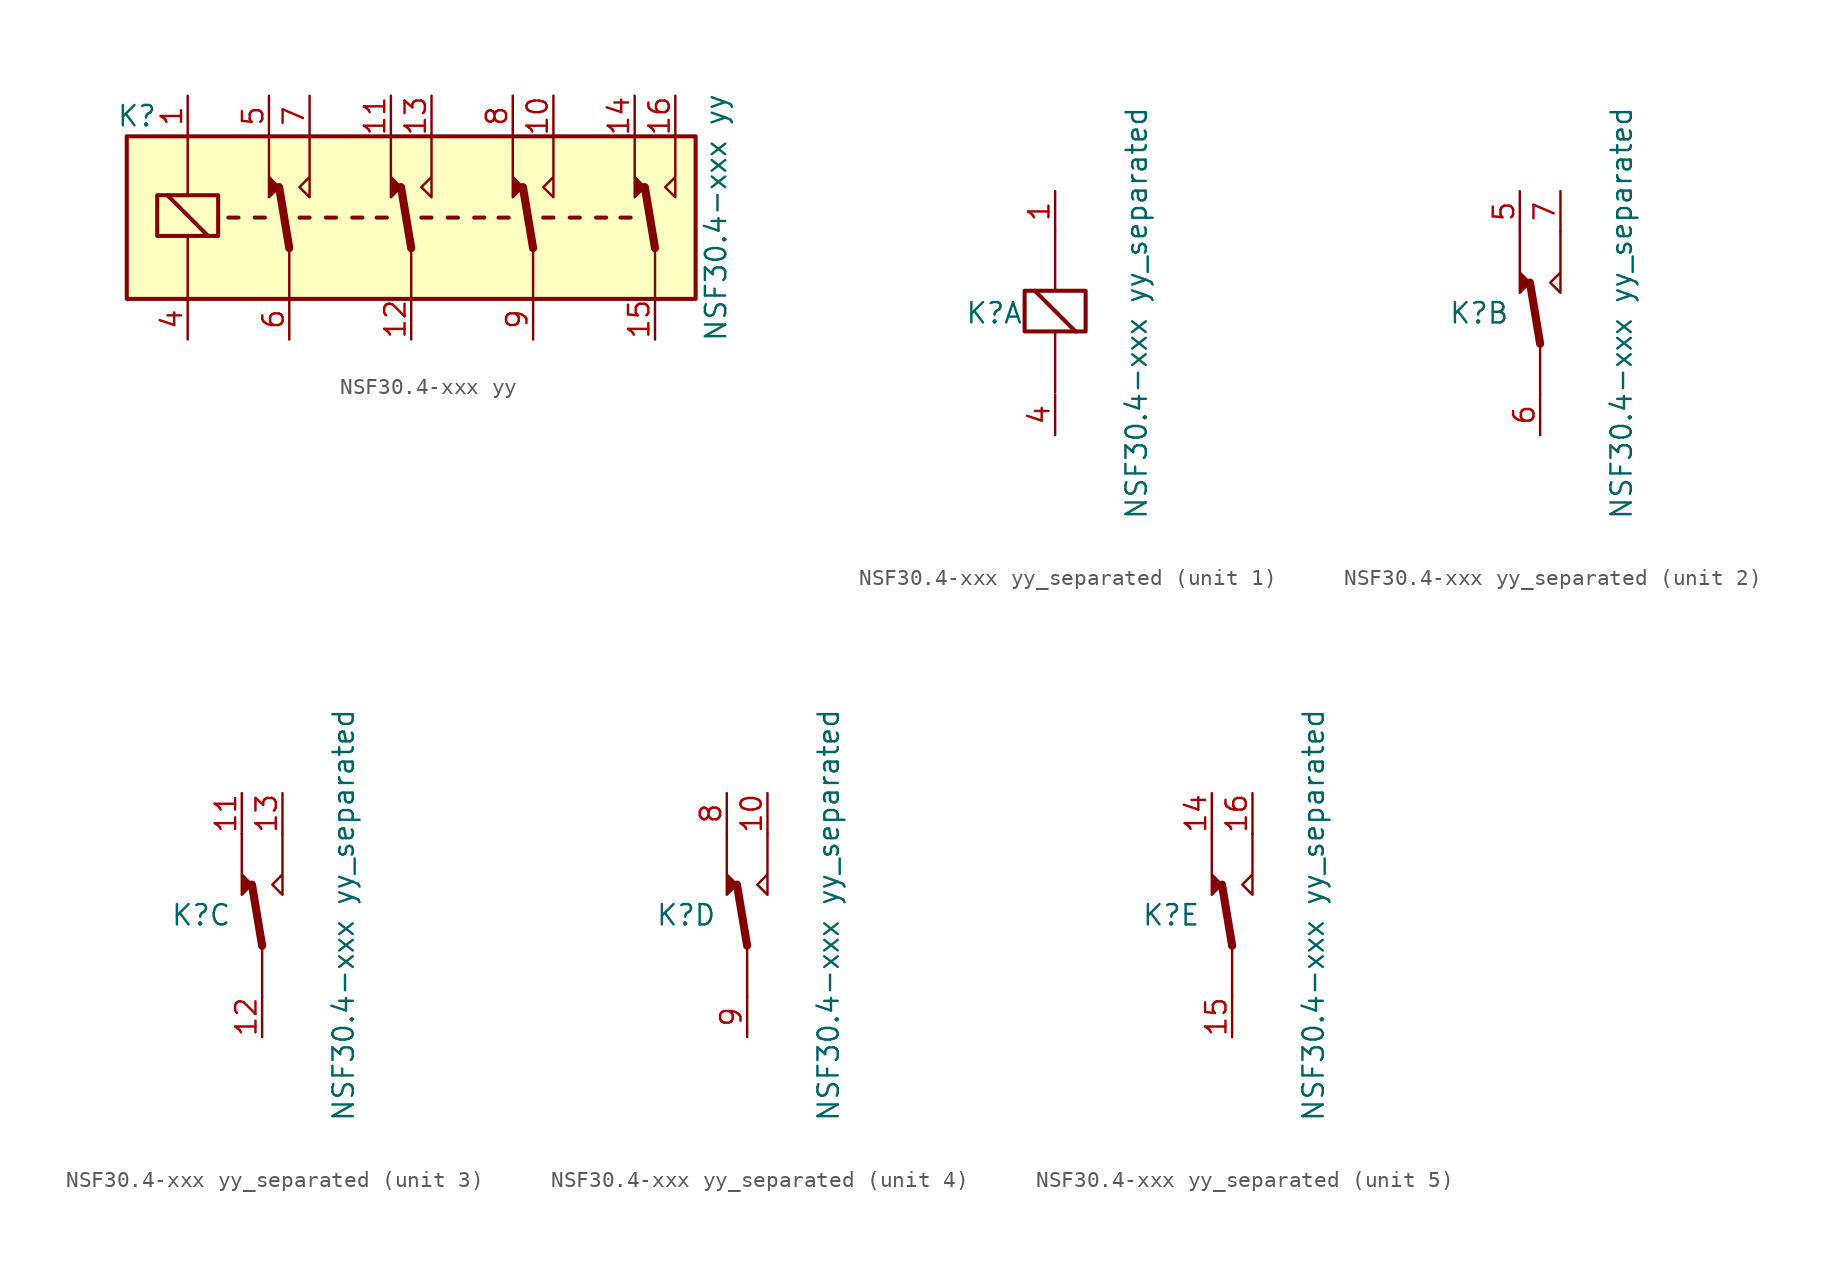
<source format=kicad_sym>
(kicad_symbol_lib
  (version 20211014)
  (generator kicad_symbol_editor)
  (symbol "NSF30.4-xxx yy"
    (property "Reference" "K"
      (at -17.145 6.35 0)
      (effects (font (size 1.27 1.27))))
    (property "Value" "NSF30.4-xxx yy"
      (at 19.05 0 90)
      (effects (font (size 1.27 1.27))))
    (symbol "NSF30.4-xxx yy_1_1"
      (rectangle (start -17.78 5.08) (end 17.78 -5.08) (stroke (width 0.254) (type default) (color 0 0 0 0)) (fill (type background)))
      (rectangle (start -15.875 -1.143) (end -12.065 1.397) (stroke (width 0.254) (type default) (color 0 0 0 0)) (fill (type none)))
      (polyline (pts (xy -13.97 -1.27) (xy -13.97 -4.953)) (stroke (width 0) (type default) (color 0 0 0 0)) (fill (type none)))
      (polyline (pts (xy -13.97 5.08) (xy -13.97 1.397)) (stroke (width 0) (type default) (color 0 0 0 0)) (fill (type none)))
      (polyline (pts (xy -12.7 -1.143) (xy -15.24 1.397)) (stroke (width 0.254) (type default) (color 0 0 0 0)) (fill (type none)))
      (polyline (pts (xy -10.795 0) (xy -11.43 0)) (stroke (width 0.254) (type default) (color 0 0 0 0)) (fill (type none)))
      (polyline (pts (xy -9.144 0) (xy -9.779 0)) (stroke (width 0.254) (type default) (color 0 0 0 0)) (fill (type none)))
      (polyline (pts (xy -7.62 -1.905) (xy -8.255 1.905)) (stroke (width 0.508) (type default) (color 0 0 0 0)) (fill (type none)))
      (polyline (pts (xy -7.62 -1.905) (xy -7.62 -5.08)) (stroke (width 0) (type default) (color 0 0 0 0)) (fill (type none)))
      (polyline (pts (xy -6.35 0) (xy -6.985 0)) (stroke (width 0.254) (type default) (color 0 0 0 0)) (fill (type none)))
      (polyline (pts (xy -4.699 0) (xy -5.334 0)) (stroke (width 0.254) (type default) (color 0 0 0 0)) (fill (type none)))
      (polyline (pts (xy -3.048 0) (xy -3.683 0)) (stroke (width 0.254) (type default) (color 0 0 0 0)) (fill (type none)))
      (polyline (pts (xy -1.524 0) (xy -2.159 0)) (stroke (width 0.254) (type default) (color 0 0 0 0)) (fill (type none)))
      (polyline (pts (xy 0 -1.905) (xy -0.635 1.905)) (stroke (width 0.508) (type default) (color 0 0 0 0)) (fill (type none)))
      (polyline (pts (xy 0 -1.905) (xy 0 -5.08)) (stroke (width 0) (type default) (color 0 0 0 0)) (fill (type none)))
      (polyline (pts (xy 1.27 0) (xy 0.635 0)) (stroke (width 0.254) (type default) (color 0 0 0 0)) (fill (type none)))
      (polyline (pts (xy 2.921 0) (xy 2.286 0)) (stroke (width 0.254) (type default) (color 0 0 0 0)) (fill (type none)))
      (polyline (pts (xy 4.572 0) (xy 3.937 0)) (stroke (width 0.254) (type default) (color 0 0 0 0)) (fill (type none)))
      (polyline (pts (xy 6.096 0) (xy 5.461 0)) (stroke (width 0.254) (type default) (color 0 0 0 0)) (fill (type none)))
      (polyline (pts (xy 7.62 -1.905) (xy 6.985 1.905)) (stroke (width 0.508) (type default) (color 0 0 0 0)) (fill (type none)))
      (polyline (pts (xy 7.62 -1.905) (xy 7.62 -5.08)) (stroke (width 0) (type default) (color 0 0 0 0)) (fill (type none)))
      (polyline (pts (xy 8.89 0) (xy 8.255 0)) (stroke (width 0.254) (type default) (color 0 0 0 0)) (fill (type none)))
      (polyline (pts (xy 10.541 0) (xy 9.906 0)) (stroke (width 0.254) (type default) (color 0 0 0 0)) (fill (type none)))
      (polyline (pts (xy 12.192 0) (xy 11.557 0)) (stroke (width 0.254) (type default) (color 0 0 0 0)) (fill (type none)))
      (polyline (pts (xy 13.716 0) (xy 13.081 0)) (stroke (width 0.254) (type default) (color 0 0 0 0)) (fill (type none)))
      (polyline (pts (xy 15.24 -1.905) (xy 14.605 1.905)) (stroke (width 0.508) (type default) (color 0 0 0 0)) (fill (type none)))
      (polyline (pts (xy 15.24 -1.905) (xy 15.24 -5.08)) (stroke (width 0) (type default) (color 0 0 0 0)) (fill (type none)))
      (polyline (pts (xy -8.89 5.08) (xy -8.89 1.27) (xy -8.255 1.905) (xy -8.89 2.54)) (stroke (width 0) (type default) (color 0 0 0 0)) (fill (type outline)))
      (polyline (pts (xy -6.35 5.08) (xy -6.35 1.27) (xy -6.985 1.905) (xy -6.35 2.54)) (stroke (width 0) (type default) (color 0 0 0 0)) (fill (type none)))
      (polyline (pts (xy -1.27 5.08) (xy -1.27 1.27) (xy -0.635 1.905) (xy -1.27 2.54)) (stroke (width 0) (type default) (color 0 0 0 0)) (fill (type outline)))
      (polyline (pts (xy 1.27 5.08) (xy 1.27 1.27) (xy 0.635 1.905) (xy 1.27 2.54)) (stroke (width 0) (type default) (color 0 0 0 0)) (fill (type none)))
      (polyline (pts (xy 6.35 5.08) (xy 6.35 1.27) (xy 6.985 1.905) (xy 6.35 2.54)) (stroke (width 0) (type default) (color 0 0 0 0)) (fill (type outline)))
      (polyline (pts (xy 8.89 5.08) (xy 8.89 1.27) (xy 8.255 1.905) (xy 8.89 2.54)) (stroke (width 0) (type default) (color 0 0 0 0)) (fill (type none)))
      (polyline (pts (xy 13.97 5.08) (xy 13.97 1.27) (xy 14.605 1.905) (xy 13.97 2.54)) (stroke (width 0) (type default) (color 0 0 0 0)) (fill (type outline)))
      (polyline (pts (xy 16.51 5.08) (xy 16.51 1.27) (xy 15.875 1.905) (xy 16.51 2.54)) (stroke (width 0) (type default) (color 0 0 0 0)) (fill (type none)))
      (pin passive line (at -13.97 7.62 270) (length 2.54) (name "~" (effects (font (size 1.27 1.27)))) (number "1" (effects (font (size 1.27 1.27)))))
      (pin passive line (at 8.89 7.62 270) (length 2.54) (name "~" (effects (font (size 1.27 1.27)))) (number "10" (effects (font (size 1.27 1.27)))))
      (pin passive line (at -1.27 7.62 270) (length 2.54) (name "~" (effects (font (size 1.27 1.27)))) (number "11" (effects (font (size 1.27 1.27)))))
      (pin passive line (at 0 -7.62 90) (length 2.54) (name "~" (effects (font (size 1.27 1.27)))) (number "12" (effects (font (size 1.27 1.27)))))
      (pin passive line (at 1.27 7.62 270) (length 2.54) (name "~" (effects (font (size 1.27 1.27)))) (number "13" (effects (font (size 1.27 1.27)))))
      (pin passive line (at 13.97 7.62 270) (length 2.54) (name "~" (effects (font (size 1.27 1.27)))) (number "14" (effects (font (size 1.27 1.27)))))
      (pin passive line (at 15.24 -7.62 90) (length 2.54) (name "~" (effects (font (size 1.27 1.27)))) (number "15" (effects (font (size 1.27 1.27)))))
      (pin passive line (at 16.51 7.62 270) (length 2.54) (name "~" (effects (font (size 1.27 1.27)))) (number "16" (effects (font (size 1.27 1.27)))))
      (pin passive line (at -13.97 -7.62 90) (length 2.54) (name "~" (effects (font (size 1.27 1.27)))) (number "4" (effects (font (size 1.27 1.27)))))
      (pin passive line (at -8.89 7.62 270) (length 2.54) (name "~" (effects (font (size 1.27 1.27)))) (number "5" (effects (font (size 1.27 1.27)))))
      (pin passive line (at -7.62 -7.62 90) (length 2.54) (name "~" (effects (font (size 1.27 1.27)))) (number "6" (effects (font (size 1.27 1.27)))))
      (pin passive line (at -6.35 7.62 270) (length 2.54) (name "~" (effects (font (size 1.27 1.27)))) (number "7" (effects (font (size 1.27 1.27)))))
      (pin passive line (at 6.35 7.62 270) (length 2.54) (name "~" (effects (font (size 1.27 1.27)))) (number "8" (effects (font (size 1.27 1.27)))))
      (pin passive line (at 7.62 -7.62 90) (length 2.54) (name "~" (effects (font (size 1.27 1.27)))) (number "9" (effects (font (size 1.27 1.27)))))))
  (symbol "NSF30.4-xxx yy_separated"
    (property "Reference" "K"
      (at -3.81 0 0)
      (effects (font (size 1.27 1.27))))
    (property "Value" "NSF30.4-xxx yy_separated"
      (at 5.08 0 90)
      (effects (font (size 1.27 1.27))))
    (property "ki_locked" ""
      (at 0 0 0)
      (effects (font (size 1.27 1.27))))
    (symbol "NSF30.4-xxx yy_separated_1_1"
      (rectangle (start -1.905 -1.143) (end 1.905 1.397) (stroke (width 0.254) (type default) (color 0 0 0 0)) (fill (type none)))
      (polyline (pts (xy 0 -1.27) (xy 0 -4.953)) (stroke (width 0) (type default) (color 0 0 0 0)) (fill (type none)))
      (polyline (pts (xy 0 5.08) (xy 0 1.397)) (stroke (width 0) (type default) (color 0 0 0 0)) (fill (type none)))
      (polyline (pts (xy 1.27 -1.143) (xy -1.27 1.397)) (stroke (width 0.254) (type default) (color 0 0 0 0)) (fill (type none)))
      (pin passive line (at 0 7.62 270) (length 2.54) (name "~" (effects (font (size 1.27 1.27)))) (number "1" (effects (font (size 1.27 1.27)))))
      (pin passive line (at 0 -7.62 90) (length 2.54) (name "~" (effects (font (size 1.27 1.27)))) (number "4" (effects (font (size 1.27 1.27))))))
    (symbol "NSF30.4-xxx yy_separated_2_1"
      (polyline (pts (xy 0 -1.905) (xy -0.635 1.905)) (stroke (width 0.508) (type default) (color 0 0 0 0)) (fill (type none)))
      (polyline (pts (xy 0 -1.905) (xy 0 -5.08)) (stroke (width 0) (type default) (color 0 0 0 0)) (fill (type none)))
      (polyline (pts (xy -1.27 5.08) (xy -1.27 1.27) (xy -0.635 1.905) (xy -1.27 2.54)) (stroke (width 0) (type default) (color 0 0 0 0)) (fill (type outline)))
      (polyline (pts (xy 1.27 5.08) (xy 1.27 1.27) (xy 0.635 1.905) (xy 1.27 2.54)) (stroke (width 0) (type default) (color 0 0 0 0)) (fill (type none)))
      (pin passive line (at -1.27 7.62 270) (length 2.54) (name "~" (effects (font (size 1.27 1.27)))) (number "5" (effects (font (size 1.27 1.27)))))
      (pin passive line (at 0 -7.62 90) (length 2.54) (name "~" (effects (font (size 1.27 1.27)))) (number "6" (effects (font (size 1.27 1.27)))))
      (pin passive line (at 1.27 7.62 270) (length 2.54) (name "~" (effects (font (size 1.27 1.27)))) (number "7" (effects (font (size 1.27 1.27))))))
    (symbol "NSF30.4-xxx yy_separated_3_1"
      (polyline (pts (xy 0 -1.905) (xy -0.635 1.905)) (stroke (width 0.508) (type default) (color 0 0 0 0)) (fill (type none)))
      (polyline (pts (xy 0 -1.905) (xy 0 -5.08)) (stroke (width 0) (type default) (color 0 0 0 0)) (fill (type none)))
      (polyline (pts (xy -1.27 5.08) (xy -1.27 1.27) (xy -0.635 1.905) (xy -1.27 2.54)) (stroke (width 0) (type default) (color 0 0 0 0)) (fill (type outline)))
      (polyline (pts (xy 1.27 5.08) (xy 1.27 1.27) (xy 0.635 1.905) (xy 1.27 2.54)) (stroke (width 0) (type default) (color 0 0 0 0)) (fill (type none)))
      (pin passive line (at -1.27 7.62 270) (length 2.54) (name "~" (effects (font (size 1.27 1.27)))) (number "11" (effects (font (size 1.27 1.27)))))
      (pin passive line (at 0 -7.62 90) (length 2.54) (name "~" (effects (font (size 1.27 1.27)))) (number "12" (effects (font (size 1.27 1.27)))))
      (pin passive line (at 1.27 7.62 270) (length 2.54) (name "~" (effects (font (size 1.27 1.27)))) (number "13" (effects (font (size 1.27 1.27))))))
    (symbol "NSF30.4-xxx yy_separated_4_1"
      (polyline (pts (xy 0 -1.905) (xy -0.635 1.905)) (stroke (width 0.508) (type default) (color 0 0 0 0)) (fill (type none)))
      (polyline (pts (xy 0 -1.905) (xy 0 -5.08)) (stroke (width 0) (type default) (color 0 0 0 0)) (fill (type none)))
      (polyline (pts (xy -1.27 5.08) (xy -1.27 1.27) (xy -0.635 1.905) (xy -1.27 2.54)) (stroke (width 0) (type default) (color 0 0 0 0)) (fill (type outline)))
      (polyline (pts (xy 1.27 5.08) (xy 1.27 1.27) (xy 0.635 1.905) (xy 1.27 2.54)) (stroke (width 0) (type default) (color 0 0 0 0)) (fill (type none)))
      (pin passive line (at 1.27 7.62 270) (length 2.54) (name "~" (effects (font (size 1.27 1.27)))) (number "10" (effects (font (size 1.27 1.27)))))
      (pin passive line (at -1.27 7.62 270) (length 2.54) (name "~" (effects (font (size 1.27 1.27)))) (number "8" (effects (font (size 1.27 1.27)))))
      (pin passive line (at 0 -7.62 90) (length 2.54) (name "~" (effects (font (size 1.27 1.27)))) (number "9" (effects (font (size 1.27 1.27))))))
    (symbol "NSF30.4-xxx yy_separated_5_1"
      (polyline (pts (xy 0 -1.905) (xy -0.635 1.905)) (stroke (width 0.508) (type default) (color 0 0 0 0)) (fill (type none)))
      (polyline (pts (xy 0 -1.905) (xy 0 -5.08)) (stroke (width 0) (type default) (color 0 0 0 0)) (fill (type none)))
      (polyline (pts (xy -1.27 5.08) (xy -1.27 1.27) (xy -0.635 1.905) (xy -1.27 2.54)) (stroke (width 0) (type default) (color 0 0 0 0)) (fill (type outline)))
      (polyline (pts (xy 1.27 5.08) (xy 1.27 1.27) (xy 0.635 1.905) (xy 1.27 2.54)) (stroke (width 0) (type default) (color 0 0 0 0)) (fill (type none)))
      (pin passive line (at -1.27 7.62 270) (length 2.54) (name "~" (effects (font (size 1.27 1.27)))) (number "14" (effects (font (size 1.27 1.27)))))
      (pin passive line (at 0 -7.62 90) (length 2.54) (name "~" (effects (font (size 1.27 1.27)))) (number "15" (effects (font (size 1.27 1.27)))))
      (pin passive line (at 1.27 7.62 270) (length 2.54) (name "~" (effects (font (size 1.27 1.27)))) (number "16" (effects (font (size 1.27 1.27))))))))
</source>
